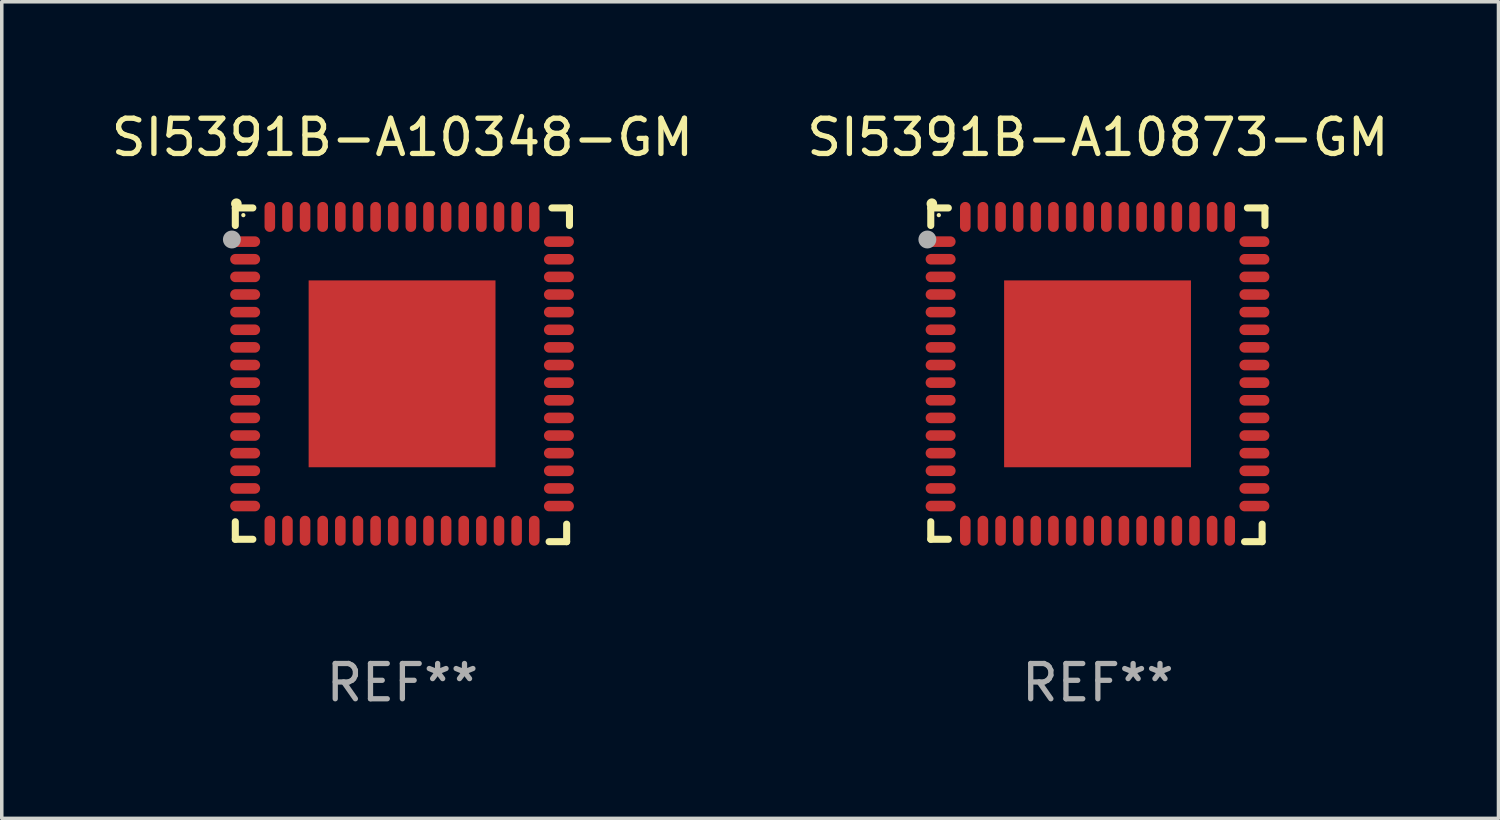
<source format=kicad_pcb>
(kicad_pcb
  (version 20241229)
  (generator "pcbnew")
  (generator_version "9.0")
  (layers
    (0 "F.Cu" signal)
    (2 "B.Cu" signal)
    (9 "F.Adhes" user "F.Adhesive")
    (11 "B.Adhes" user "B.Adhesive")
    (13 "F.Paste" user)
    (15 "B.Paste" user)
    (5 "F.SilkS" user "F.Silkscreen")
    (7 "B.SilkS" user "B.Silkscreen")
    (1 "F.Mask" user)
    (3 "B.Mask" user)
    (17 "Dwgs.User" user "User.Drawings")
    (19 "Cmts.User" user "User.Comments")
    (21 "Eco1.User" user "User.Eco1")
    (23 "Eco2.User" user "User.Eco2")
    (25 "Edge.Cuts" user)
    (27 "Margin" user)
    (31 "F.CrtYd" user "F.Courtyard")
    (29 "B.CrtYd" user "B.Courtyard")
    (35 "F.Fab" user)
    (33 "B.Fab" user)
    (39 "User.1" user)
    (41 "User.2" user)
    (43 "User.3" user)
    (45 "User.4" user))
  (footprint "SI5391B-A10348-GM"
    (layer "F.Cu")
    (at 8.363 7.581)
    (property "Reference" "SI5391B-A10348-GM" (at 0 -6.733 0) (layer "F.SilkS") (effects (font (size 1 1) (thickness 0.15))))
    (attr through_hole)
    (fp_line (start -4.739 -4.733) (end -4.241 -4.733) (stroke (width 0.2) (type solid)) (layer "F.SilkS"))
    (fp_line (start -4.739 -4.235) (end -4.739 -4.733) (stroke (width 0.2) (type solid)) (layer "F.SilkS"))
    (fp_line (start -4.739 4.168) (end -4.739 4.665) (stroke (width 0.2) (type solid)) (layer "F.SilkS"))
    (fp_line (start -4.739 4.665) (end -4.241 4.665) (stroke (width 0.2) (type solid)) (layer "F.SilkS"))
    (fp_line (start 4.161 4.733) (end 4.659 4.733) (stroke (width 0.2) (type solid)) (layer "F.SilkS"))
    (fp_line (start 4.241 -4.733) (end 4.739 -4.733) (stroke (width 0.2) (type solid)) (layer "F.SilkS"))
    (fp_line (start 4.659 4.733) (end 4.659 4.235) (stroke (width 0.2) (type solid)) (layer "F.SilkS"))
    (fp_line (start 4.739 -4.733) (end 4.739 -4.235) (stroke (width 0.2) (type solid)) (layer "F.SilkS"))
    (fp_arc (start -4.708623 -4.85108) (mid -4.708628 -4.85235) (end -4.708623 -4.85362) (stroke (width 0.3) (type solid)) (layer "F.SilkS"))
    (fp_circle (center -4.511 -4.529) (end -4.481 -4.529) (stroke (width 0.06) (type solid)) (fill no) (layer "F.SilkS"))
    (fp_circle (center -4.836 -3.838) (end -4.709 -3.838) (stroke (width 0.254) (type solid)) (fill no) (layer "F.Fab"))
    (fp_text user "REF**" (at 0 8.733 0) (layer "F.Fab") (effects (font (size 1 1) (thickness 0.15))))
    (pad "1" smd oval (at -4.46 -3.778) (size 0.85 0.3) (layers "F.Cu" "F.Mask" "F.Paste"))
    (pad "2" smd oval (at -4.46 -3.278) (size 0.85 0.3) (layers "F.Cu" "F.Mask" "F.Paste"))
    (pad "3" smd oval (at -4.46 -2.778) (size 0.85 0.3) (layers "F.Cu" "F.Mask" "F.Paste"))
    (pad "4" smd oval (at -4.46 -2.278) (size 0.85 0.3) (layers "F.Cu" "F.Mask" "F.Paste"))
    (pad "5" smd oval (at -4.46 -1.778) (size 0.85 0.3) (layers "F.Cu" "F.Mask" "F.Paste"))
    (pad "6" smd oval (at -4.46 -1.278) (size 0.85 0.3) (layers "F.Cu" "F.Mask" "F.Paste"))
    (pad "7" smd oval (at -4.46 -0.778) (size 0.85 0.3) (layers "F.Cu" "F.Mask" "F.Paste"))
    (pad "8" smd oval (at -4.46 -0.278) (size 0.85 0.3) (layers "F.Cu" "F.Mask" "F.Paste"))
    (pad "9" smd oval (at -4.46 0.222) (size 0.85 0.3) (layers "F.Cu" "F.Mask" "F.Paste"))
    (pad "10" smd oval (at -4.46 0.722) (size 0.85 0.3) (layers "F.Cu" "F.Mask" "F.Paste"))
    (pad "11" smd oval (at -4.46 1.222) (size 0.85 0.3) (layers "F.Cu" "F.Mask" "F.Paste"))
    (pad "12" smd oval (at -4.46 1.722) (size 0.85 0.3) (layers "F.Cu" "F.Mask" "F.Paste"))
    (pad "13" smd oval (at -4.46 2.222) (size 0.85 0.3) (layers "F.Cu" "F.Mask" "F.Paste"))
    (pad "14" smd oval (at -4.46 2.722) (size 0.85 0.3) (layers "F.Cu" "F.Mask" "F.Paste"))
    (pad "15" smd oval (at -4.46 3.222) (size 0.85 0.3) (layers "F.Cu" "F.Mask" "F.Paste"))
    (pad "16" smd oval (at -4.46 3.722) (size 0.85 0.3) (layers "F.Cu" "F.Mask" "F.Paste"))
    (pad "17" smd oval (at -3.76 4.422) (size 0.3 0.85) (layers "F.Cu" "F.Mask" "F.Paste"))
    (pad "18" smd oval (at -3.26 4.422) (size 0.3 0.85) (layers "F.Cu" "F.Mask" "F.Paste"))
    (pad "19" smd oval (at -2.76 4.422) (size 0.3 0.85) (layers "F.Cu" "F.Mask" "F.Paste"))
    (pad "20" smd oval (at -2.26 4.422) (size 0.3 0.85) (layers "F.Cu" "F.Mask" "F.Paste"))
    (pad "21" smd oval (at -1.76 4.422) (size 0.3 0.85) (layers "F.Cu" "F.Mask" "F.Paste"))
    (pad "22" smd oval (at -1.26 4.422) (size 0.3 0.85) (layers "F.Cu" "F.Mask" "F.Paste"))
    (pad "23" smd oval (at -0.76 4.422) (size 0.3 0.85) (layers "F.Cu" "F.Mask" "F.Paste"))
    (pad "24" smd oval (at -0.26 4.422) (size 0.3 0.85) (layers "F.Cu" "F.Mask" "F.Paste"))
    (pad "25" smd oval (at 0.24 4.422) (size 0.3 0.85) (layers "F.Cu" "F.Mask" "F.Paste"))
    (pad "26" smd oval (at 0.74 4.422) (size 0.3 0.85) (layers "F.Cu" "F.Mask" "F.Paste"))
    (pad "27" smd oval (at 1.24 4.422) (size 0.3 0.85) (layers "F.Cu" "F.Mask" "F.Paste"))
    (pad "28" smd oval (at 1.74 4.422) (size 0.3 0.85) (layers "F.Cu" "F.Mask" "F.Paste"))
    (pad "29" smd oval (at 2.24 4.422) (size 0.3 0.85) (layers "F.Cu" "F.Mask" "F.Paste"))
    (pad "30" smd oval (at 2.74 4.422) (size 0.3 0.85) (layers "F.Cu" "F.Mask" "F.Paste"))
    (pad "31" smd oval (at 3.24 4.422) (size 0.3 0.85) (layers "F.Cu" "F.Mask" "F.Paste"))
    (pad "32" smd oval (at 3.74 4.422) (size 0.3 0.85) (layers "F.Cu" "F.Mask" "F.Paste"))
    (pad "33" smd oval (at 4.44 3.723) (size 0.85 0.3) (layers "F.Cu" "F.Mask" "F.Paste"))
    (pad "34" smd oval (at 4.44 3.222) (size 0.85 0.3) (layers "F.Cu" "F.Mask" "F.Paste"))
    (pad "35" smd oval (at 4.44 2.723) (size 0.85 0.3) (layers "F.Cu" "F.Mask" "F.Paste"))
    (pad "36" smd oval (at 4.44 2.222) (size 0.85 0.3) (layers "F.Cu" "F.Mask" "F.Paste"))
    (pad "37" smd oval (at 4.44 1.723) (size 0.85 0.3) (layers "F.Cu" "F.Mask" "F.Paste"))
    (pad "38" smd oval (at 4.44 1.222) (size 0.85 0.3) (layers "F.Cu" "F.Mask" "F.Paste"))
    (pad "39" smd oval (at 4.44 0.723) (size 0.85 0.3) (layers "F.Cu" "F.Mask" "F.Paste"))
    (pad "40" smd oval (at 4.44 0.222) (size 0.85 0.3) (layers "F.Cu" "F.Mask" "F.Paste"))
    (pad "41" smd oval (at 4.44 -0.277) (size 0.85 0.3) (layers "F.Cu" "F.Mask" "F.Paste"))
    (pad "42" smd oval (at 4.44 -0.778) (size 0.85 0.3) (layers "F.Cu" "F.Mask" "F.Paste"))
    (pad "43" smd oval (at 4.44 -1.277) (size 0.85 0.3) (layers "F.Cu" "F.Mask" "F.Paste"))
    (pad "44" smd oval (at 4.44 -1.778) (size 0.85 0.3) (layers "F.Cu" "F.Mask" "F.Paste"))
    (pad "45" smd oval (at 4.44 -2.277) (size 0.85 0.3) (layers "F.Cu" "F.Mask" "F.Paste"))
    (pad "46" smd oval (at 4.44 -2.778) (size 0.85 0.3) (layers "F.Cu" "F.Mask" "F.Paste"))
    (pad "47" smd oval (at 4.44 -3.277) (size 0.85 0.3) (layers "F.Cu" "F.Mask" "F.Paste"))
    (pad "48" smd oval (at 4.44 -3.778) (size 0.85 0.3) (layers "F.Cu" "F.Mask" "F.Paste"))
    (pad "49" smd oval (at 3.74 -4.478) (size 0.3 0.85) (layers "F.Cu" "F.Mask" "F.Paste"))
    (pad "50" smd oval (at 3.24 -4.478) (size 0.3 0.85) (layers "F.Cu" "F.Mask" "F.Paste"))
    (pad "51" smd oval (at 2.74 -4.478) (size 0.3 0.85) (layers "F.Cu" "F.Mask" "F.Paste"))
    (pad "52" smd oval (at 2.24 -4.478) (size 0.3 0.85) (layers "F.Cu" "F.Mask" "F.Paste"))
    (pad "53" smd oval (at 1.74 -4.478) (size 0.3 0.85) (layers "F.Cu" "F.Mask" "F.Paste"))
    (pad "54" smd oval (at 1.24 -4.478) (size 0.3 0.85) (layers "F.Cu" "F.Mask" "F.Paste"))
    (pad "55" smd oval (at 0.74 -4.478) (size 0.3 0.85) (layers "F.Cu" "F.Mask" "F.Paste"))
    (pad "56" smd oval (at 0.24 -4.478) (size 0.3 0.85) (layers "F.Cu" "F.Mask" "F.Paste"))
    (pad "57" smd oval (at -0.26 -4.478) (size 0.3 0.85) (layers "F.Cu" "F.Mask" "F.Paste"))
    (pad "58" smd oval (at -0.76 -4.478) (size 0.3 0.85) (layers "F.Cu" "F.Mask" "F.Paste"))
    (pad "59" smd oval (at -1.26 -4.478) (size 0.3 0.85) (layers "F.Cu" "F.Mask" "F.Paste"))
    (pad "60" smd oval (at -1.76 -4.478) (size 0.3 0.85) (layers "F.Cu" "F.Mask" "F.Paste"))
    (pad "61" smd oval (at -2.26 -4.478) (size 0.3 0.85) (layers "F.Cu" "F.Mask" "F.Paste"))
    (pad "62" smd oval (at -2.76 -4.478) (size 0.3 0.85) (layers "F.Cu" "F.Mask" "F.Paste"))
    (pad "63" smd oval (at -3.26 -4.478) (size 0.3 0.85) (layers "F.Cu" "F.Mask" "F.Paste"))
    (pad "64" smd oval (at -3.76 -4.478) (size 0.3 0.85) (layers "F.Cu" "F.Mask" "F.Paste"))
    (pad "65" smd rect (at -0.009 -0.028 90) (size 5.3 5.3) (layers "F.Cu" "F.Mask" "F.Paste")))
  (footprint "SI5391B-A10873-GM"
    (layer "F.Cu")
    (at 28.089 7.581)
    (property "Reference" "SI5391B-A10873-GM" (at 0 -6.733 0) (layer "F.SilkS") (effects (font (size 1 1) (thickness 0.15))))
    (attr through_hole)
    (fp_line (start -4.739 -4.733) (end -4.241 -4.733) (stroke (width 0.2) (type solid)) (layer "F.SilkS"))
    (fp_line (start -4.739 -4.235) (end -4.739 -4.733) (stroke (width 0.2) (type solid)) (layer "F.SilkS"))
    (fp_line (start -4.739 4.168) (end -4.739 4.665) (stroke (width 0.2) (type solid)) (layer "F.SilkS"))
    (fp_line (start -4.739 4.665) (end -4.241 4.665) (stroke (width 0.2) (type solid)) (layer "F.SilkS"))
    (fp_line (start 4.161 4.733) (end 4.659 4.733) (stroke (width 0.2) (type solid)) (layer "F.SilkS"))
    (fp_line (start 4.241 -4.733) (end 4.739 -4.733) (stroke (width 0.2) (type solid)) (layer "F.SilkS"))
    (fp_line (start 4.659 4.733) (end 4.659 4.235) (stroke (width 0.2) (type solid)) (layer "F.SilkS"))
    (fp_line (start 4.739 -4.733) (end 4.739 -4.235) (stroke (width 0.2) (type solid)) (layer "F.SilkS"))
    (fp_arc (start -4.708623 -4.85108) (mid -4.708628 -4.85235) (end -4.708623 -4.85362) (stroke (width 0.3) (type solid)) (layer "F.SilkS"))
    (fp_circle (center -4.511 -4.529) (end -4.481 -4.529) (stroke (width 0.06) (type solid)) (fill no) (layer "F.SilkS"))
    (fp_circle (center -4.836 -3.838) (end -4.709 -3.838) (stroke (width 0.254) (type solid)) (fill no) (layer "F.Fab"))
    (fp_text user "REF**" (at 0 8.733 0) (layer "F.Fab") (effects (font (size 1 1) (thickness 0.15))))
    (pad "1" smd oval (at -4.46 -3.778) (size 0.85 0.3) (layers "F.Cu" "F.Mask" "F.Paste"))
    (pad "2" smd oval (at -4.46 -3.278) (size 0.85 0.3) (layers "F.Cu" "F.Mask" "F.Paste"))
    (pad "3" smd oval (at -4.46 -2.778) (size 0.85 0.3) (layers "F.Cu" "F.Mask" "F.Paste"))
    (pad "4" smd oval (at -4.46 -2.278) (size 0.85 0.3) (layers "F.Cu" "F.Mask" "F.Paste"))
    (pad "5" smd oval (at -4.46 -1.778) (size 0.85 0.3) (layers "F.Cu" "F.Mask" "F.Paste"))
    (pad "6" smd oval (at -4.46 -1.278) (size 0.85 0.3) (layers "F.Cu" "F.Mask" "F.Paste"))
    (pad "7" smd oval (at -4.46 -0.778) (size 0.85 0.3) (layers "F.Cu" "F.Mask" "F.Paste"))
    (pad "8" smd oval (at -4.46 -0.278) (size 0.85 0.3) (layers "F.Cu" "F.Mask" "F.Paste"))
    (pad "9" smd oval (at -4.46 0.222) (size 0.85 0.3) (layers "F.Cu" "F.Mask" "F.Paste"))
    (pad "10" smd oval (at -4.46 0.722) (size 0.85 0.3) (layers "F.Cu" "F.Mask" "F.Paste"))
    (pad "11" smd oval (at -4.46 1.222) (size 0.85 0.3) (layers "F.Cu" "F.Mask" "F.Paste"))
    (pad "12" smd oval (at -4.46 1.722) (size 0.85 0.3) (layers "F.Cu" "F.Mask" "F.Paste"))
    (pad "13" smd oval (at -4.46 2.222) (size 0.85 0.3) (layers "F.Cu" "F.Mask" "F.Paste"))
    (pad "14" smd oval (at -4.46 2.722) (size 0.85 0.3) (layers "F.Cu" "F.Mask" "F.Paste"))
    (pad "15" smd oval (at -4.46 3.222) (size 0.85 0.3) (layers "F.Cu" "F.Mask" "F.Paste"))
    (pad "16" smd oval (at -4.46 3.722) (size 0.85 0.3) (layers "F.Cu" "F.Mask" "F.Paste"))
    (pad "17" smd oval (at -3.76 4.422) (size 0.3 0.85) (layers "F.Cu" "F.Mask" "F.Paste"))
    (pad "18" smd oval (at -3.26 4.422) (size 0.3 0.85) (layers "F.Cu" "F.Mask" "F.Paste"))
    (pad "19" smd oval (at -2.76 4.422) (size 0.3 0.85) (layers "F.Cu" "F.Mask" "F.Paste"))
    (pad "20" smd oval (at -2.26 4.422) (size 0.3 0.85) (layers "F.Cu" "F.Mask" "F.Paste"))
    (pad "21" smd oval (at -1.76 4.422) (size 0.3 0.85) (layers "F.Cu" "F.Mask" "F.Paste"))
    (pad "22" smd oval (at -1.26 4.422) (size 0.3 0.85) (layers "F.Cu" "F.Mask" "F.Paste"))
    (pad "23" smd oval (at -0.76 4.422) (size 0.3 0.85) (layers "F.Cu" "F.Mask" "F.Paste"))
    (pad "24" smd oval (at -0.26 4.422) (size 0.3 0.85) (layers "F.Cu" "F.Mask" "F.Paste"))
    (pad "25" smd oval (at 0.24 4.422) (size 0.3 0.85) (layers "F.Cu" "F.Mask" "F.Paste"))
    (pad "26" smd oval (at 0.74 4.422) (size 0.3 0.85) (layers "F.Cu" "F.Mask" "F.Paste"))
    (pad "27" smd oval (at 1.24 4.422) (size 0.3 0.85) (layers "F.Cu" "F.Mask" "F.Paste"))
    (pad "28" smd oval (at 1.74 4.422) (size 0.3 0.85) (layers "F.Cu" "F.Mask" "F.Paste"))
    (pad "29" smd oval (at 2.24 4.422) (size 0.3 0.85) (layers "F.Cu" "F.Mask" "F.Paste"))
    (pad "30" smd oval (at 2.74 4.422) (size 0.3 0.85) (layers "F.Cu" "F.Mask" "F.Paste"))
    (pad "31" smd oval (at 3.24 4.422) (size 0.3 0.85) (layers "F.Cu" "F.Mask" "F.Paste"))
    (pad "32" smd oval (at 3.74 4.422) (size 0.3 0.85) (layers "F.Cu" "F.Mask" "F.Paste"))
    (pad "33" smd oval (at 4.44 3.723) (size 0.85 0.3) (layers "F.Cu" "F.Mask" "F.Paste"))
    (pad "34" smd oval (at 4.44 3.222) (size 0.85 0.3) (layers "F.Cu" "F.Mask" "F.Paste"))
    (pad "35" smd oval (at 4.44 2.723) (size 0.85 0.3) (layers "F.Cu" "F.Mask" "F.Paste"))
    (pad "36" smd oval (at 4.44 2.222) (size 0.85 0.3) (layers "F.Cu" "F.Mask" "F.Paste"))
    (pad "37" smd oval (at 4.44 1.723) (size 0.85 0.3) (layers "F.Cu" "F.Mask" "F.Paste"))
    (pad "38" smd oval (at 4.44 1.222) (size 0.85 0.3) (layers "F.Cu" "F.Mask" "F.Paste"))
    (pad "39" smd oval (at 4.44 0.723) (size 0.85 0.3) (layers "F.Cu" "F.Mask" "F.Paste"))
    (pad "40" smd oval (at 4.44 0.222) (size 0.85 0.3) (layers "F.Cu" "F.Mask" "F.Paste"))
    (pad "41" smd oval (at 4.44 -0.277) (size 0.85 0.3) (layers "F.Cu" "F.Mask" "F.Paste"))
    (pad "42" smd oval (at 4.44 -0.778) (size 0.85 0.3) (layers "F.Cu" "F.Mask" "F.Paste"))
    (pad "43" smd oval (at 4.44 -1.277) (size 0.85 0.3) (layers "F.Cu" "F.Mask" "F.Paste"))
    (pad "44" smd oval (at 4.44 -1.778) (size 0.85 0.3) (layers "F.Cu" "F.Mask" "F.Paste"))
    (pad "45" smd oval (at 4.44 -2.277) (size 0.85 0.3) (layers "F.Cu" "F.Mask" "F.Paste"))
    (pad "46" smd oval (at 4.44 -2.778) (size 0.85 0.3) (layers "F.Cu" "F.Mask" "F.Paste"))
    (pad "47" smd oval (at 4.44 -3.277) (size 0.85 0.3) (layers "F.Cu" "F.Mask" "F.Paste"))
    (pad "48" smd oval (at 4.44 -3.778) (size 0.85 0.3) (layers "F.Cu" "F.Mask" "F.Paste"))
    (pad "49" smd oval (at 3.74 -4.478) (size 0.3 0.85) (layers "F.Cu" "F.Mask" "F.Paste"))
    (pad "50" smd oval (at 3.24 -4.478) (size 0.3 0.85) (layers "F.Cu" "F.Mask" "F.Paste"))
    (pad "51" smd oval (at 2.74 -4.478) (size 0.3 0.85) (layers "F.Cu" "F.Mask" "F.Paste"))
    (pad "52" smd oval (at 2.24 -4.478) (size 0.3 0.85) (layers "F.Cu" "F.Mask" "F.Paste"))
    (pad "53" smd oval (at 1.74 -4.478) (size 0.3 0.85) (layers "F.Cu" "F.Mask" "F.Paste"))
    (pad "54" smd oval (at 1.24 -4.478) (size 0.3 0.85) (layers "F.Cu" "F.Mask" "F.Paste"))
    (pad "55" smd oval (at 0.74 -4.478) (size 0.3 0.85) (layers "F.Cu" "F.Mask" "F.Paste"))
    (pad "56" smd oval (at 0.24 -4.478) (size 0.3 0.85) (layers "F.Cu" "F.Mask" "F.Paste"))
    (pad "57" smd oval (at -0.26 -4.478) (size 0.3 0.85) (layers "F.Cu" "F.Mask" "F.Paste"))
    (pad "58" smd oval (at -0.76 -4.478) (size 0.3 0.85) (layers "F.Cu" "F.Mask" "F.Paste"))
    (pad "59" smd oval (at -1.26 -4.478) (size 0.3 0.85) (layers "F.Cu" "F.Mask" "F.Paste"))
    (pad "60" smd oval (at -1.76 -4.478) (size 0.3 0.85) (layers "F.Cu" "F.Mask" "F.Paste"))
    (pad "61" smd oval (at -2.26 -4.478) (size 0.3 0.85) (layers "F.Cu" "F.Mask" "F.Paste"))
    (pad "62" smd oval (at -2.76 -4.478) (size 0.3 0.85) (layers "F.Cu" "F.Mask" "F.Paste"))
    (pad "63" smd oval (at -3.26 -4.478) (size 0.3 0.85) (layers "F.Cu" "F.Mask" "F.Paste"))
    (pad "64" smd oval (at -3.76 -4.478) (size 0.3 0.85) (layers "F.Cu" "F.Mask" "F.Paste"))
    (pad "65" smd rect (at -0.009 -0.028 90) (size 5.3 5.3) (layers "F.Cu" "F.Mask" "F.Paste")))
  (gr_rect
    (start -3 -3)
    (end 39.452 20.162)
    (stroke (width 0.1) (type default))
    (fill no)
    (layer "Edge.Cuts")))
</source>
